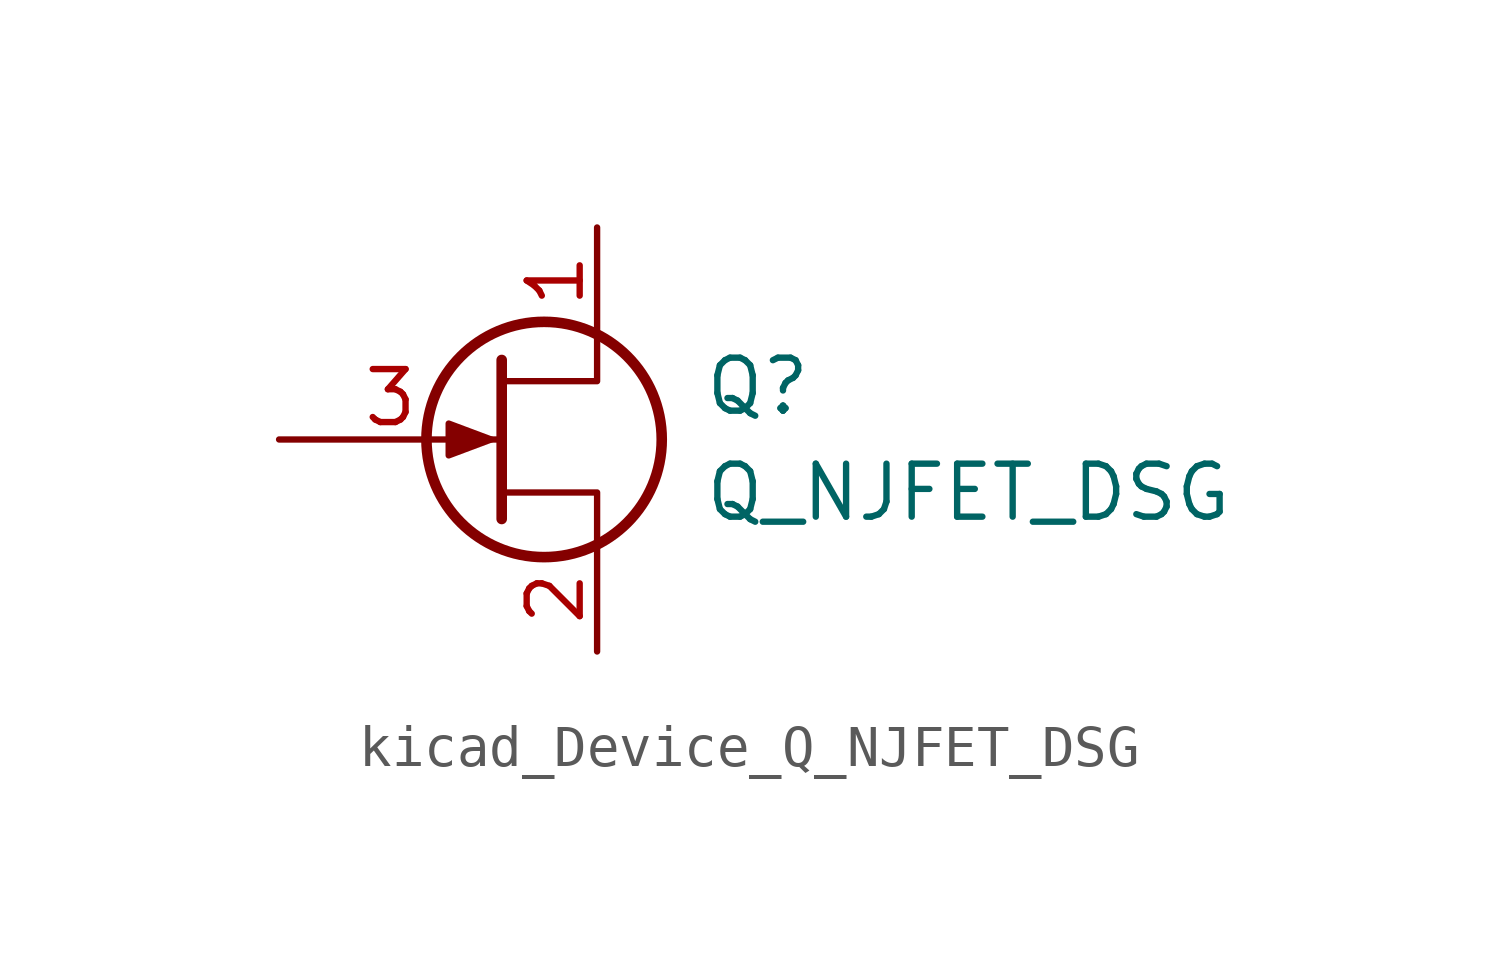
<source format=kicad_sym>
(kicad_symbol_lib
  (version 20220914)
  (generator kicad_symbol_editor)
  (symbol "kicad_Device_Q_NJFET_DSG"
    (pin_names
      (offset 0) hide)
    (property "Reference" "Q"
      (at 5.08 1.27 0)
      (effects (font (size 1.27 1.27)) (justify left)))
    (property "Value" "Q_NJFET_DSG"
      (at 5.08 -1.27 0)
      (effects (font (size 1.27 1.27)) (justify left)))
    (symbol "kicad_Device_Q_NJFET_DSG_0_1"
      (polyline (pts (xy 0.254 1.905) (xy 0.254 -1.905) (xy 0.254 -1.905)) (stroke (width 0.254) (type default)) (fill (type none)))
      (polyline (pts (xy 2.54 -2.54) (xy 2.54 -1.27) (xy 0.254 -1.27)) (stroke (width 0) (type default)) (fill (type none)))
      (polyline (pts (xy 2.54 2.54) (xy 2.54 1.397) (xy 0.254 1.397)) (stroke (width 0) (type default)) (fill (type none)))
      (polyline (pts (xy 0 0) (xy -1.016 0.381) (xy -1.016 -0.381) (xy 0 0)) (stroke (width 0) (type default)) (fill (type outline)))
      (circle (center 1.27 0) (radius 2.819) (stroke (width 0.254) (type default)) (fill (type none))))
    (symbol "kicad_Device_Q_NJFET_DSG_1_1"
      (pin passive line (at 2.54 5.08 270) (length 2.54) (name "D" (effects (font (size 1.27 1.27)))) (number "1" (effects (font (size 1.27 1.27)))))
      (pin passive line (at 2.54 -5.08 90) (length 2.54) (name "S" (effects (font (size 1.27 1.27)))) (number "2" (effects (font (size 1.27 1.27)))))
      (pin input line (at -5.08 0 0) (length 5.334) (name "G" (effects (font (size 1.27 1.27)))) (number "3" (effects (font (size 1.27 1.27))))))))
</source>
